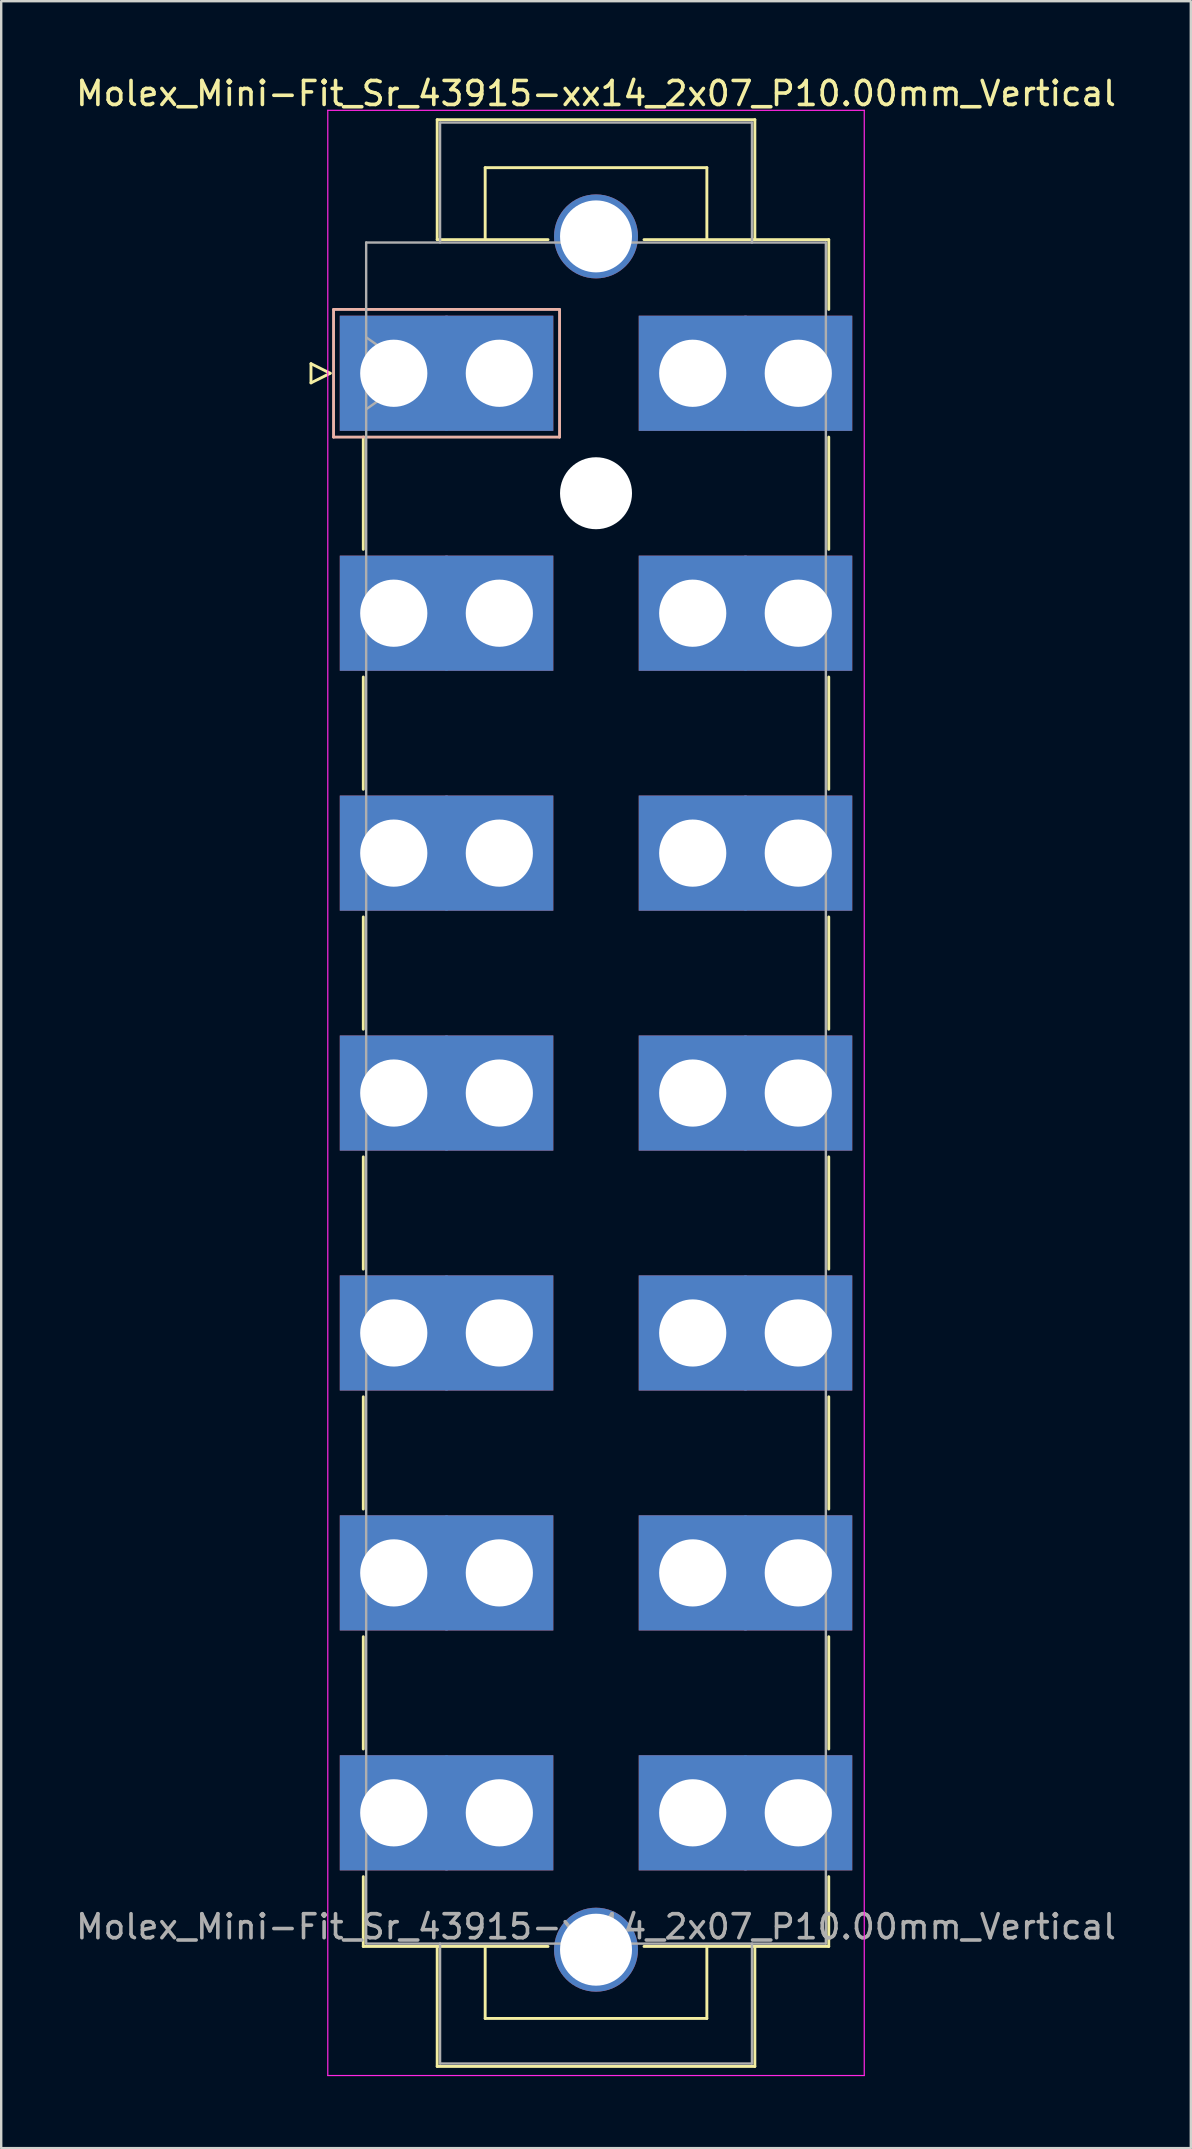
<source format=kicad_pcb>
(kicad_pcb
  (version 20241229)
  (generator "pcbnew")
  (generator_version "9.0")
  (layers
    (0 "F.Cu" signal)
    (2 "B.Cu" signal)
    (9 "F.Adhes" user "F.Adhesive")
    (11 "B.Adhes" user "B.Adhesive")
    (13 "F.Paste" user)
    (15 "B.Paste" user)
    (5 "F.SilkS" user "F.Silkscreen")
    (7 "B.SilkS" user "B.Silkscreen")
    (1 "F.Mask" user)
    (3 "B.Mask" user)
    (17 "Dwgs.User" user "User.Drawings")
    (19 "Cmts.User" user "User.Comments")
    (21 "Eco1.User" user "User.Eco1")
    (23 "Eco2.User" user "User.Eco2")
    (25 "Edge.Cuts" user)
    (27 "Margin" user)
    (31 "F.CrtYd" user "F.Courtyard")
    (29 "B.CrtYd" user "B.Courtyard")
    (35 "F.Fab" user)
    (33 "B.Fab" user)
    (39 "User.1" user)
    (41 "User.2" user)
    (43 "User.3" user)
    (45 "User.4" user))
  (footprint "Molex_Mini-Fit_Sr_43915-xx14_2x07_P10.00mm_Vertical"
    (layer "F.Cu")
    (at 13.362 12.508)
    (property "Reference" "Molex_Mini-Fit_Sr_43915-xx14_2x07_P10.00mm_Vertical" (at 8.43 -11.66 0) (layer "F.SilkS") (effects (font (size 1 1) (thickness 0.15))))
    (attr through_hole)
    (fp_line (start -3.45 -0.4) (end -3.45 0.4) (stroke (width 0.12) (type solid)) (layer "F.SilkS"))
    (fp_line (start -3.45 0.4) (end -2.65 0) (stroke (width 0.12) (type solid)) (layer "F.SilkS"))
    (fp_line (start -2.65 0) (end -3.45 -0.4) (stroke (width 0.12) (type solid)) (layer "F.SilkS"))
    (fp_line (start -1.27 2.66) (end -1.27 7.34) (stroke (width 0.12) (type solid)) (layer "F.SilkS"))
    (fp_line (start -1.27 12.66) (end -1.27 17.34) (stroke (width 0.12) (type solid)) (layer "F.SilkS"))
    (fp_line (start -1.27 22.66) (end -1.27 27.34) (stroke (width 0.12) (type solid)) (layer "F.SilkS"))
    (fp_line (start -1.27 32.66) (end -1.27 37.34) (stroke (width 0.12) (type solid)) (layer "F.SilkS"))
    (fp_line (start -1.27 42.66) (end -1.27 47.34) (stroke (width 0.12) (type solid)) (layer "F.SilkS"))
    (fp_line (start -1.27 52.66) (end -1.27 57.34) (stroke (width 0.12) (type solid)) (layer "F.SilkS"))
    (fp_line (start -1.27 62.66) (end -1.27 65.57) (stroke (width 0.12) (type solid)) (layer "F.SilkS"))
    (fp_line (start -1.27 65.57) (end 6.43 65.57) (stroke (width 0.12) (type solid)) (layer "F.SilkS"))
    (fp_line (start 1.81 -10.57) (end 15.05 -10.57) (stroke (width 0.12) (type solid)) (layer "F.SilkS"))
    (fp_line (start 1.81 -5.57) (end 1.81 -10.57) (stroke (width 0.12) (type solid)) (layer "F.SilkS"))
    (fp_line (start 1.81 65.57) (end 1.81 70.57) (stroke (width 0.12) (type solid)) (layer "F.SilkS"))
    (fp_line (start 1.81 70.57) (end 15.05 70.57) (stroke (width 0.12) (type solid)) (layer "F.SilkS"))
    (fp_line (start 3.81 -8.57) (end 13.05 -8.57) (stroke (width 0.12) (type solid)) (layer "F.SilkS"))
    (fp_line (start 3.81 -5.57) (end 3.81 -8.57) (stroke (width 0.12) (type solid)) (layer "F.SilkS"))
    (fp_line (start 3.81 65.57) (end 3.81 68.57) (stroke (width 0.12) (type solid)) (layer "F.SilkS"))
    (fp_line (start 3.81 68.57) (end 13.05 68.57) (stroke (width 0.12) (type solid)) (layer "F.SilkS"))
    (fp_line (start 6.43 -5.57) (end 1.81 -5.57) (stroke (width 0.12) (type solid)) (layer "F.SilkS"))
    (fp_line (start 13.05 -8.57) (end 13.05 -5.57) (stroke (width 0.12) (type solid)) (layer "F.SilkS"))
    (fp_line (start 13.05 68.57) (end 13.05 65.57) (stroke (width 0.12) (type solid)) (layer "F.SilkS"))
    (fp_line (start 15.05 -10.57) (end 15.05 -5.57) (stroke (width 0.12) (type solid)) (layer "F.SilkS"))
    (fp_line (start 15.05 70.57) (end 15.05 65.57) (stroke (width 0.12) (type solid)) (layer "F.SilkS"))
    (fp_line (start 18.13 -5.57) (end 10.43 -5.57) (stroke (width 0.12) (type solid)) (layer "F.SilkS"))
    (fp_line (start 18.13 -2.66) (end 18.13 -5.57) (stroke (width 0.12) (type solid)) (layer "F.SilkS"))
    (fp_line (start 18.13 2.66) (end 18.13 7.34) (stroke (width 0.12) (type solid)) (layer "F.SilkS"))
    (fp_line (start 18.13 12.66) (end 18.13 17.34) (stroke (width 0.12) (type solid)) (layer "F.SilkS"))
    (fp_line (start 18.13 22.66) (end 18.13 27.34) (stroke (width 0.12) (type solid)) (layer "F.SilkS"))
    (fp_line (start 18.13 32.66) (end 18.13 37.34) (stroke (width 0.12) (type solid)) (layer "F.SilkS"))
    (fp_line (start 18.13 42.66) (end 18.13 47.34) (stroke (width 0.12) (type solid)) (layer "F.SilkS"))
    (fp_line (start 18.13 52.66) (end 18.13 57.34) (stroke (width 0.12) (type solid)) (layer "F.SilkS"))
    (fp_line (start 18.13 62.66) (end 18.13 65.57) (stroke (width 0.12) (type solid)) (layer "F.SilkS"))
    (fp_line (start 18.13 65.57) (end 10.43 65.57) (stroke (width 0.12) (type solid)) (layer "F.SilkS"))
    (fp_line (start -2.51 -2.66) (end -2.51 2.66) (stroke (width 0.12) (type solid)) (layer "B.SilkS"))
    (fp_line (start -2.51 2.66) (end 6.91 2.66) (stroke (width 0.12) (type solid)) (layer "B.SilkS"))
    (fp_line (start 6.91 -2.66) (end -2.51 -2.66) (stroke (width 0.12) (type solid)) (layer "B.SilkS"))
    (fp_line (start 6.91 2.66) (end 6.91 -2.66) (stroke (width 0.12) (type solid)) (layer "B.SilkS"))
    (fp_line (start -2.75 -10.96) (end -2.75 70.95) (stroke (width 0.05) (type solid)) (layer "F.CrtYd"))
    (fp_line (start -2.75 70.95) (end 19.61 70.95) (stroke (width 0.05) (type solid)) (layer "F.CrtYd"))
    (fp_line (start 19.61 -10.96) (end -2.75 -10.96) (stroke (width 0.05) (type solid)) (layer "F.CrtYd"))
    (fp_line (start 19.61 70.95) (end 19.61 -10.96) (stroke (width 0.05) (type solid)) (layer "F.CrtYd"))
    (fp_line (start -1.15 -5.45) (end -1.15 65.45) (stroke (width 0.1) (type solid)) (layer "F.Fab"))
    (fp_line (start -1.15 -1.5) (end 0.971 0) (stroke (width 0.1) (type solid)) (layer "F.Fab"))
    (fp_line (start -1.15 65.45) (end 18.01 65.45) (stroke (width 0.1) (type solid)) (layer "F.Fab"))
    (fp_line (start 0.971 0) (end -1.15 1.5) (stroke (width 0.1) (type solid)) (layer "F.Fab"))
    (fp_line (start 1.93 -10.45) (end 14.93 -10.45) (stroke (width 0.1) (type solid)) (layer "F.Fab"))
    (fp_line (start 1.93 -5.45) (end 1.93 -10.45) (stroke (width 0.1) (type solid)) (layer "F.Fab"))
    (fp_line (start 1.93 65.45) (end 1.93 70.45) (stroke (width 0.1) (type solid)) (layer "F.Fab"))
    (fp_line (start 1.93 70.45) (end 14.93 70.45) (stroke (width 0.1) (type solid)) (layer "F.Fab"))
    (fp_line (start 14.93 -10.45) (end 14.93 -5.45) (stroke (width 0.1) (type solid)) (layer "F.Fab"))
    (fp_line (start 14.93 70.45) (end 14.93 65.45) (stroke (width 0.1) (type solid)) (layer "F.Fab"))
    (fp_line (start 18.01 -5.45) (end -1.15 -5.45) (stroke (width 0.1) (type solid)) (layer "F.Fab"))
    (fp_line (start 18.01 65.45) (end 18.01 -5.45) (stroke (width 0.1) (type solid)) (layer "F.Fab"))
    (fp_text user "${REFERENCE}" (at 8.43 64.75 0) (layer "F.Fab") (effects (font (size 1 1) (thickness 0.15))))
    (pad "" thru_hole circle (at 8.43 -5.705) (size 3.5 3.5) (drill 3) (layers "*.Cu" "*.Mask"))
    (pad "" np_thru_hole circle (at 8.43 5) (size 3 3) (drill 3) (layers "*.Cu" "*.Mask"))
    (pad "" thru_hole circle (at 8.43 65.705) (size 3.5 3.5) (drill 3) (layers "*.Cu" "*.Mask"))
    (pad "1" thru_hole rect (at 0 0) (size 4.5 4.8) (drill 2.8) (layers "*.Cu" "*.Mask"))
    (pad "1" thru_hole rect (at 4.4 0) (size 4.5 4.8) (drill 2.8) (layers "*.Cu" "*.Mask"))
    (pad "2" thru_hole rect (at 0 10) (size 4.5 4.8) (drill 2.8) (layers "*.Cu" "*.Mask"))
    (pad "2" thru_hole rect (at 4.4 10) (size 4.5 4.8) (drill 2.8) (layers "*.Cu" "*.Mask"))
    (pad "3" thru_hole rect (at 0 20) (size 4.5 4.8) (drill 2.8) (layers "*.Cu" "*.Mask"))
    (pad "3" thru_hole rect (at 4.4 20) (size 4.5 4.8) (drill 2.8) (layers "*.Cu" "*.Mask"))
    (pad "4" thru_hole rect (at 0 30) (size 4.5 4.8) (drill 2.8) (layers "*.Cu" "*.Mask"))
    (pad "4" thru_hole rect (at 4.4 30) (size 4.5 4.8) (drill 2.8) (layers "*.Cu" "*.Mask"))
    (pad "5" thru_hole rect (at 0 40) (size 4.5 4.8) (drill 2.8) (layers "*.Cu" "*.Mask"))
    (pad "5" thru_hole rect (at 4.4 40) (size 4.5 4.8) (drill 2.8) (layers "*.Cu" "*.Mask"))
    (pad "6" thru_hole rect (at 0 50) (size 4.5 4.8) (drill 2.8) (layers "*.Cu" "*.Mask"))
    (pad "6" thru_hole rect (at 4.4 50) (size 4.5 4.8) (drill 2.8) (layers "*.Cu" "*.Mask"))
    (pad "7" thru_hole rect (at 0 60) (size 4.5 4.8) (drill 2.8) (layers "*.Cu" "*.Mask"))
    (pad "7" thru_hole rect (at 4.4 60) (size 4.5 4.8) (drill 2.8) (layers "*.Cu" "*.Mask"))
    (pad "8" thru_hole rect (at 12.46 0) (size 4.5 4.8) (drill 2.8) (layers "*.Cu" "*.Mask"))
    (pad "8" thru_hole rect (at 16.86 0) (size 4.5 4.8) (drill 2.8) (layers "*.Cu" "*.Mask"))
    (pad "9" thru_hole rect (at 12.46 10) (size 4.5 4.8) (drill 2.8) (layers "*.Cu" "*.Mask"))
    (pad "9" thru_hole rect (at 16.86 10) (size 4.5 4.8) (drill 2.8) (layers "*.Cu" "*.Mask"))
    (pad "10" thru_hole rect (at 12.46 20) (size 4.5 4.8) (drill 2.8) (layers "*.Cu" "*.Mask"))
    (pad "10" thru_hole rect (at 16.86 20) (size 4.5 4.8) (drill 2.8) (layers "*.Cu" "*.Mask"))
    (pad "11" thru_hole rect (at 12.46 30) (size 4.5 4.8) (drill 2.8) (layers "*.Cu" "*.Mask"))
    (pad "11" thru_hole rect (at 16.86 30) (size 4.5 4.8) (drill 2.8) (layers "*.Cu" "*.Mask"))
    (pad "12" thru_hole rect (at 12.46 40) (size 4.5 4.8) (drill 2.8) (layers "*.Cu" "*.Mask"))
    (pad "12" thru_hole rect (at 16.86 40) (size 4.5 4.8) (drill 2.8) (layers "*.Cu" "*.Mask"))
    (pad "13" thru_hole rect (at 12.46 50) (size 4.5 4.8) (drill 2.8) (layers "*.Cu" "*.Mask"))
    (pad "13" thru_hole rect (at 16.86 50) (size 4.5 4.8) (drill 2.8) (layers "*.Cu" "*.Mask"))
    (pad "14" thru_hole rect (at 12.46 60) (size 4.5 4.8) (drill 2.8) (layers "*.Cu" "*.Mask"))
    (pad "14" thru_hole rect (at 16.86 60) (size 4.5 4.8) (drill 2.8) (layers "*.Cu" "*.Mask")))
  (gr_rect
    (start -3 -3)
    (end 46.583 86.483)
    (stroke (width 0.1) (type default))
    (fill no)
    (layer "Edge.Cuts")))
</source>
